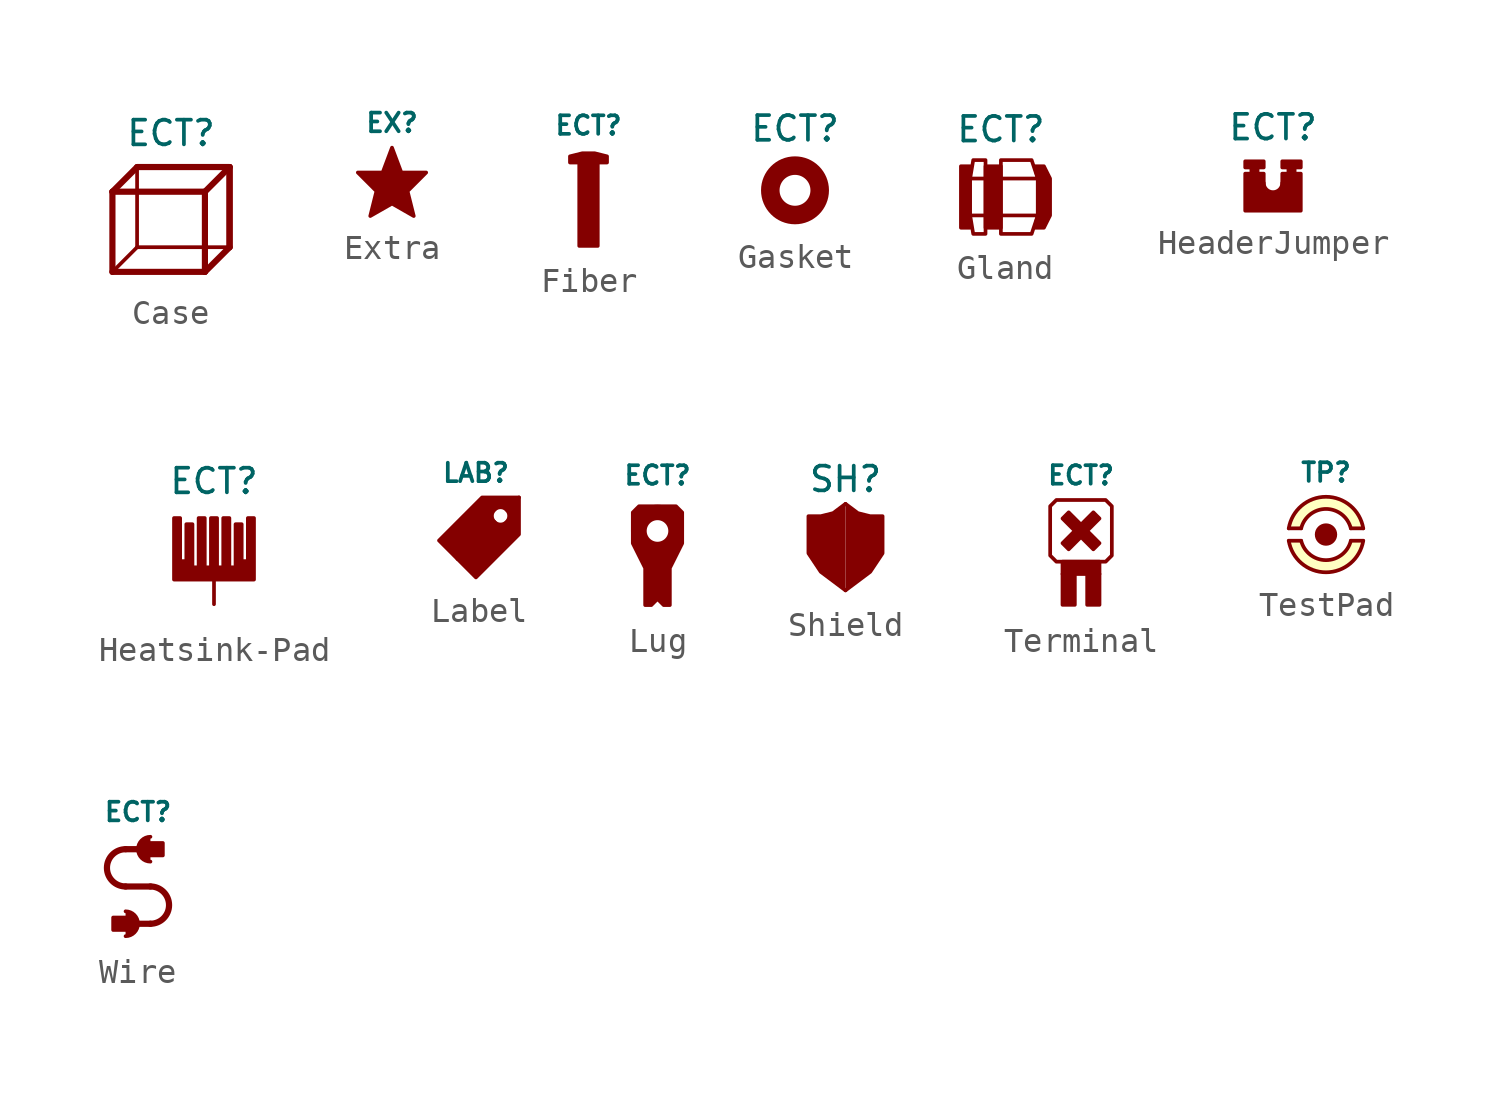
<source format=kicad_sym>
(kicad_symbol_lib
  (version 20231120)
  (generator "kicad_symbol_editor")
  (generator_version "8.0")
  (symbol "Case"
    (pin_numbers hide)
    (pin_names
      (offset 0))
    (property "Reference" "ECT"
      (at 0 3.556 0)
      (effects (font (size 1.016 1.016))))
    (symbol "Case_0_1"
      (polyline (pts (xy -2.413 -2.159) (xy 1.397 -2.159)) (stroke (width 0.254) (type solid)) (fill (type none)))
      (polyline (pts (xy -2.413 1.143) (xy -2.413 -2.159)) (stroke (width 0.254) (type solid)) (fill (type none)))
      (polyline (pts (xy -2.413 1.143) (xy 1.397 1.143)) (stroke (width 0.254) (type solid)) (fill (type none)))
      (polyline (pts (xy -1.397 -1.143) (xy -2.413 -2.159)) (stroke (width 0) (type solid)) (fill (type none)))
      (polyline (pts (xy -1.397 -1.143) (xy -1.397 2.159)) (stroke (width 0) (type solid)) (fill (type none)))
      (polyline (pts (xy -1.397 -1.143) (xy 2.413 -1.143)) (stroke (width 0) (type solid)) (fill (type none)))
      (polyline (pts (xy -1.397 2.159) (xy -2.413 1.143)) (stroke (width 0.254) (type solid)) (fill (type none)))
      (polyline (pts (xy -1.397 2.159) (xy 2.413 2.159)) (stroke (width 0.254) (type solid)) (fill (type none)))
      (polyline (pts (xy 1.397 1.143) (xy 1.397 -2.159)) (stroke (width 0.254) (type solid)) (fill (type none)))
      (polyline (pts (xy 2.413 -1.143) (xy 1.397 -2.159)) (stroke (width 0.254) (type solid)) (fill (type none)))
      (polyline (pts (xy 2.413 2.159) (xy 1.397 1.143)) (stroke (width 0.254) (type solid)) (fill (type none)))
      (polyline (pts (xy 2.413 2.159) (xy 2.413 -1.143)) (stroke (width 0.254) (type solid)) (fill (type none)))
      (polyline (pts (xy 2.413 2.159) (xy 2.413 -1.143)) (stroke (width 0.254) (type solid)) (fill (type none)))))
  (symbol "Extra"
    (pin_numbers hide)
    (pin_names
      (offset 0))
    (property "Reference" "EX"
      (at 0 2.54 0)
      (effects (font (size 0.762 0.762))))
    (symbol "Extra_0_1"
      (polyline (pts (xy -0.381 0.508) (xy 0 1.524) (xy 0.381 0.508) (xy 1.397 0.508) (xy 0.635 -0.254) (xy 0.889 -1.27) (xy 0 -0.762) (xy -0.889 -1.27) (xy -0.635 -0.254) (xy -1.397 0.508) (xy -0.381 0.508)) (stroke (width 0) (type solid)) (fill (type outline)))))
  (symbol "Fiber"
    (pin_numbers hide)
    (pin_names
      (offset 0) hide)
    (property "Reference" "ECT"
      (at 0 3.175 0)
      (effects (font (size 0.762 0.762))))
    (symbol "Fiber_0_1"
      (polyline (pts (xy 0.762 1.651) (xy 0.381 1.651) (xy 0.381 -1.778) (xy -0.381 -1.778) (xy -0.381 1.651) (xy -0.762 1.651) (xy -0.762 1.905) (xy -0.254 2.032) (xy 0.254 2.032) (xy 0.762 1.905) (xy 0.762 1.651)) (stroke (width 0) (type solid)) (fill (type outline)))))
  (symbol "Gasket"
    (pin_numbers hide)
    (pin_names
      (offset 0))
    (property "Reference" "ECT"
      (at 0 2.54 0)
      (effects (font (size 1.016 1.016))))
    (symbol "Gasket_0_1"
      (circle (center 0 0) (radius 1.016) (stroke (width 0.762) (type solid)) (fill (type none)))))
  (symbol "Gland"
    (pin_numbers hide)
    (pin_names
      (offset 0) hide)
    (property "Reference" "ECT"
      (at 0 2.794 0)
      (effects (font (size 1.016 1.016))))
    (symbol "Gland_0_1"
      (rectangle (start -0.635 0.762) (end -1.27 -0.762) (stroke (width 0) (type solid)) (fill (type none)))
      (rectangle (start -0.635 1.27) (end 0 -1.27) (stroke (width 0) (type solid)) (fill (type outline)))
      (polyline (pts (xy -1.27 -1.27) (xy -1.651 -1.27) (xy -1.651 1.27) (xy -1.27 1.27)) (stroke (width 0) (type solid)) (fill (type outline)))
      (polyline (pts (xy -0.635 -0.762) (xy -0.635 -1.524) (xy -1.143 -1.524) (xy -1.27 -0.762)) (stroke (width 0) (type solid)) (fill (type none)))
      (polyline (pts (xy -0.635 0.762) (xy -0.635 1.524) (xy -1.143 1.524) (xy -1.27 0.762)) (stroke (width 0) (type solid)) (fill (type none)))
      (polyline (pts (xy 0 -0.762) (xy 0 -1.524) (xy 1.27 -1.524) (xy 1.524 -0.762)) (stroke (width 0) (type solid)) (fill (type none)))
      (polyline (pts (xy 1.524 0.762) (xy 1.27 1.524) (xy 0 1.524) (xy 0 0.762)) (stroke (width 0) (type solid)) (fill (type none)))
      (polyline (pts (xy 1.397 1.27) (xy 1.778 1.27) (xy 2.032 0.762) (xy 2.032 -0.762) (xy 1.778 -1.27) (xy 1.397 -1.27) (xy 1.524 -0.762) (xy 1.524 0.762) (xy 1.397 1.27)) (stroke (width 0) (type solid)) (fill (type outline)))
      (rectangle (start 0 0.762) (end 1.524 -0.762) (stroke (width 0) (type solid)) (fill (type none)))))
  (symbol "HeaderJumper"
    (pin_numbers hide)
    (pin_names
      (offset 0))
    (property "Reference" "ECT"
      (at 0 2.159 0)
      (effects (font (size 1.016 1.016))))
    (symbol "HeaderJumper_0_1"
      (arc (start -0.381 -0.127) (mid 0 -0.5063) (end 0.381 -0.127) (stroke (width 0) (type solid)) (fill (type none)))
      (polyline (pts (xy -0.381 -0.635) (xy -0.381 -0.381)) (stroke (width 0.254) (type solid)) (fill (type none)))
      (polyline (pts (xy 0.381 -0.635) (xy -0.381 -0.635)) (stroke (width 0.305) (type solid)) (fill (type none)))
      (polyline (pts (xy 0.381 -0.635) (xy 0.381 -0.381)) (stroke (width 0.254) (type solid)) (fill (type none)))
      (polyline (pts (xy -1.143 -1.27) (xy -1.143 0.254) (xy -0.889 0.254) (xy -0.889 0.508) (xy -1.143 0.508) (xy -1.143 0.762) (xy -0.381 0.762) (xy -0.381 0.508) (xy -0.635 0.508) (xy -0.635 0.254) (xy -0.381 0.254) (xy -0.381 -0.762) (xy 0.381 -0.762) (xy 0.381 0.254) (xy 0.635 0.254) (xy 0.635 0.508) (xy 0.381 0.508) (xy 0.381 0.762) (xy 1.143 0.762) (xy 1.143 0.508) (xy 0.889 0.508) (xy 0.889 0.254) (xy 1.143 0.254) (xy 1.143 -1.27) (xy -1.143 -1.27)) (stroke (width 0) (type solid)) (fill (type outline)))))
  (symbol "Heatsink-Pad"
    (pin_numbers hide)
    (pin_names
      (offset 0) hide)
    (property "Reference" "ECT"
      (at 0 3.81 0)
      (effects (font (size 1.016 1.016))))
    (symbol "Heatsink-Pad_0_1"
      (polyline (pts (xy -1.651 -0.254) (xy -1.651 2.286) (xy -1.397 2.286) (xy -1.397 0.508) (xy -1.143 0.508) (xy -1.143 2.032) (xy -0.889 2.032) (xy -0.889 0.254) (xy -0.635 0.254) (xy -0.635 2.286) (xy -0.381 2.286) (xy -0.381 0.254) (xy -0.127 0.254) (xy -0.127 2.286) (xy 0.127 2.286) (xy 0.127 0.254) (xy 0.381 0.254) (xy 0.381 2.286) (xy 0.635 2.286) (xy 0.635 0.254) (xy 0.889 0.254) (xy 0.889 2.032) (xy 1.143 2.032) (xy 1.143 0.508) (xy 1.397 0.508) (xy 1.397 2.286) (xy 1.651 2.286) (xy 1.651 -0.254) (xy -1.651 -0.254)) (stroke (width 0) (type solid)) (fill (type outline))))
    (symbol "Heatsink-Pad_1_1"
      (pin passive line (at 0 -1.27 90) (length 1.27) (name "1" (effects (font (size 1.27 1.27)))) (number "1" (effects (font (size 1.27 1.27)))))))
  (symbol "Label"
    (pin_numbers hide)
    (pin_names
      (offset 0))
    (property "Reference" "LAB"
      (at 0 2.794 0)
      (effects (font (size 0.762 0.762))))
    (symbol "Label_0_1"
      (polyline (pts (xy -0.762 -0.762) (xy 0.762 0.762) (xy 1.016 0.508) (xy 1.524 1.016) (xy 1.27 1.27) (xy 1.778 1.778) (xy 1.778 0.254) (xy 0 -1.524) (xy -0.762 -0.762)) (stroke (width 0) (type solid)) (fill (type outline)))
      (polyline (pts (xy 1.778 1.778) (xy 1.27 1.27) (xy 1.016 1.524) (xy 0.508 1.016) (xy 0.762 0.762) (xy -0.762 -0.762) (xy -1.524 0) (xy 0.254 1.778) (xy 1.778 1.778)) (stroke (width 0) (type solid)) (fill (type outline)))
      (circle (center 1.016 1.016) (radius 0.356) (stroke (width 0) (type solid)) (fill (type none)))))
  (symbol "Lug"
    (pin_names
      (offset 0) hide)
    (property "Reference" "ECT"
      (at 0 3.556 0)
      (effects (font (size 0.762 0.762))))
    (symbol "Lug_0_1"
      (polyline (pts (xy -1.016 1.27) (xy -1.016 1.27)) (stroke (width 0) (type solid)) (fill (type none)))
      (polyline (pts (xy -1.016 1.27) (xy -1.016 2.032) (xy -0.762 2.286) (xy 0.762 2.286) (xy 1.016 2.032) (xy 1.016 1.27) (xy 0 2.286) (xy -1.016 1.27)) (stroke (width 0) (type solid)) (fill (type outline)))
      (polyline (pts (xy -1.016 1.27) (xy -1.016 0.762) (xy -0.508 -0.254) (xy -0.508 -1.778) (xy -0.254 -1.778) (xy 0 -1.524) (xy 0.254 -1.778) (xy 0.508 -1.778) (xy 0.508 -0.254) (xy 1.016 0.762) (xy 1.016 1.27) (xy 0 0.254) (xy -1.016 1.27)) (stroke (width 0) (type solid)) (fill (type outline)))
      (circle (center 0 1.27) (radius 0.762) (stroke (width 0.635) (type solid)) (fill (type none)))))
  (symbol "Shield"
    (pin_numbers hide)
    (pin_names
      (offset 0))
    (property "Reference" "SH"
      (at 0 2.54 0)
      (effects (font (size 1.016 1.016))))
    (symbol "Shield_1_1"
      (polyline (pts (xy 0 1.524) (xy -0.508 1.143) (xy -1.016 1.016) (xy -1.524 1.016) (xy -1.524 -0.508) (xy -1.016 -1.27) (xy 0 -2.032)) (stroke (width 0) (type default)) (fill (type outline)))
      (polyline (pts (xy 0 1.524) (xy 0.508 1.143) (xy 1.016 1.016) (xy 1.524 1.016) (xy 1.524 -0.508) (xy 1.016 -1.27) (xy 0 -2.032)) (stroke (width 0) (type default)) (fill (type outline)))))
  (symbol "Terminal"
    (pin_names
      (offset 0) hide)
    (property "Reference" "ECT"
      (at 0 3.556 0)
      (effects (font (size 0.762 0.762))))
    (symbol "Terminal_0_1"
      (rectangle (start -0.762 -0.508) (end -0.254 -1.778) (stroke (width 0) (type solid)) (fill (type outline)))
      (rectangle (start -0.762 0) (end 0.762 -0.508) (stroke (width 0) (type solid)) (fill (type outline)))
      (polyline (pts (xy 0 0) (xy -1.016 0) (xy -1.27 0.254) (xy -1.27 2.286) (xy -1.016 2.54) (xy 1.016 2.54) (xy 1.27 2.286) (xy 1.27 0.254) (xy 1.016 0) (xy 0 0)) (stroke (width 0) (type solid)) (fill (type none)))
      (polyline (pts (xy -0.508 0.508) (xy -0.762 0.762) (xy -0.254 1.27) (xy -0.762 1.778) (xy -0.508 2.032) (xy 0 1.524) (xy 0.508 2.032) (xy 0.762 1.778) (xy 0.254 1.27) (xy 0.762 0.762) (xy 0.508 0.508) (xy 0 1.016) (xy -0.508 0.508)) (stroke (width 0) (type solid)) (fill (type outline)))
      (rectangle (start 0.762 -0.508) (end 0.254 -1.778) (stroke (width 0) (type solid)) (fill (type outline)))))
  (symbol "TestPad"
    (pin_numbers hide)
    (pin_names
      (offset 0) hide)
    (property "Reference" "TP"
      (at 0 2.54 0)
      (effects (font (size 0.762 0.762))))
    (symbol "TestPad_0_1"
      (arc (start -1.524 -0.254) (mid 0 -1.545) (end 1.524 -0.254) (stroke (width 0) (type solid)) (fill (type none)))
      (arc (start -1.016 -0.254) (mid 0 -1.0473) (end 1.016 -0.254) (stroke (width 0) (type solid)) (fill (type none)))
      (polyline (pts (xy -1.524 -0.254) (xy -1.016 -0.254)) (stroke (width 0) (type solid)) (fill (type none)))
      (polyline (pts (xy -1.016 0.254) (xy -1.524 0.254)) (stroke (width 0) (type solid)) (fill (type none)))
      (polyline (pts (xy 1.016 -0.254) (xy 1.524 -0.254)) (stroke (width 0) (type solid)) (fill (type none)))
      (polyline (pts (xy 1.524 0.254) (xy 1.016 0.254)) (stroke (width 0) (type solid)) (fill (type none)))
      (polyline (pts (xy -1.016 0.254) (xy -0.889 0.635) (xy -0.635 0.889) (xy -0.254 1.016) (xy 0.254 1.016) (xy 0.635 0.889) (xy 0.889 0.635) (xy 1.016 0.254) (xy 1.524 0.254) (xy 1.397 0.635) (xy 1.143 1.016) (xy 0.889 1.27) (xy 0.635 1.397) (xy 0.254 1.524) (xy -0.254 1.524) (xy -0.635 1.397) (xy -0.889 1.27) (xy -1.143 1.016) (xy -1.397 0.635) (xy -1.524 0.254)) (stroke (width 0.025) (type solid)) (fill (type background)))
      (circle (center 0 0) (radius 0.381) (stroke (width 0) (type solid)) (fill (type outline)))
      (arc (start 1.016 0.254) (mid 0 1.0473) (end -1.016 0.254) (stroke (width 0) (type solid)) (fill (type none)))
      (arc (start 1.524 0.254) (mid 0 1.545) (end -1.524 0.254) (stroke (width 0) (type solid)) (fill (type none))))
    (symbol "TestPad_1_1"
      (polyline (pts (xy 1.016 -0.254) (xy 0.889 -0.635) (xy 0.635 -0.889) (xy 0.254 -1.016) (xy -0.254 -1.016) (xy -0.635 -0.889) (xy -0.889 -0.635) (xy -1.016 -0.254) (xy -1.524 -0.254) (xy -1.397 -0.635) (xy -1.143 -1.016) (xy -0.889 -1.27) (xy -0.635 -1.397) (xy -0.254 -1.524) (xy 0.254 -1.524) (xy 0.635 -1.397) (xy 0.889 -1.27) (xy 1.143 -1.016) (xy 1.397 -0.635) (xy 1.524 -0.254)) (stroke (width 0.025) (type solid)) (fill (type background)))
      (pin passive line (at 0 0 0) (length 0) (name "1" (effects (font (size 0.889 0.889)))) (number "1" (effects (font (size 0.889 0.889)))))))
  (symbol "Wire"
    (pin_numbers hide)
    (pin_names
      (offset 0))
    (property "Reference" "ECT"
      (at 0 3.048 0)
      (effects (font (size 0.762 0.762))))
    (symbol "Wire_0_1"
      (arc (start -0.508 -2.032) (mid -0.0022 -1.524) (end -0.508 -1.016) (stroke (width 0) (type solid)) (fill (type outline)))
      (rectangle (start -0.508 -1.27) (end -1.016 -1.778) (stroke (width 0) (type solid)) (fill (type outline)))
      (arc (start -0.508 1.524) (mid -1.2666 0.762) (end -0.508 0) (stroke (width 0.254) (type solid)) (fill (type none)))
      (polyline (pts (xy -0.508 0) (xy 0.508 0)) (stroke (width 0.254) (type solid)) (fill (type none)))
      (polyline (pts (xy -0.508 1.524) (xy 0 1.524)) (stroke (width 0.254) (type solid)) (fill (type none)))
      (polyline (pts (xy 0.508 -1.524) (xy 0 -1.524)) (stroke (width 0.254) (type solid)) (fill (type none)))
      (arc (start 0.508 -1.524) (mid 1.2666 -0.762) (end 0.508 0) (stroke (width 0.254) (type solid)) (fill (type none)))
      (rectangle (start 0.508 1.778) (end 1.016 1.27) (stroke (width 0) (type solid)) (fill (type outline)))
      (arc (start 0.508 2.032) (mid 0.0022 1.524) (end 0.508 1.016) (stroke (width 0) (type solid)) (fill (type outline))))))
</source>
